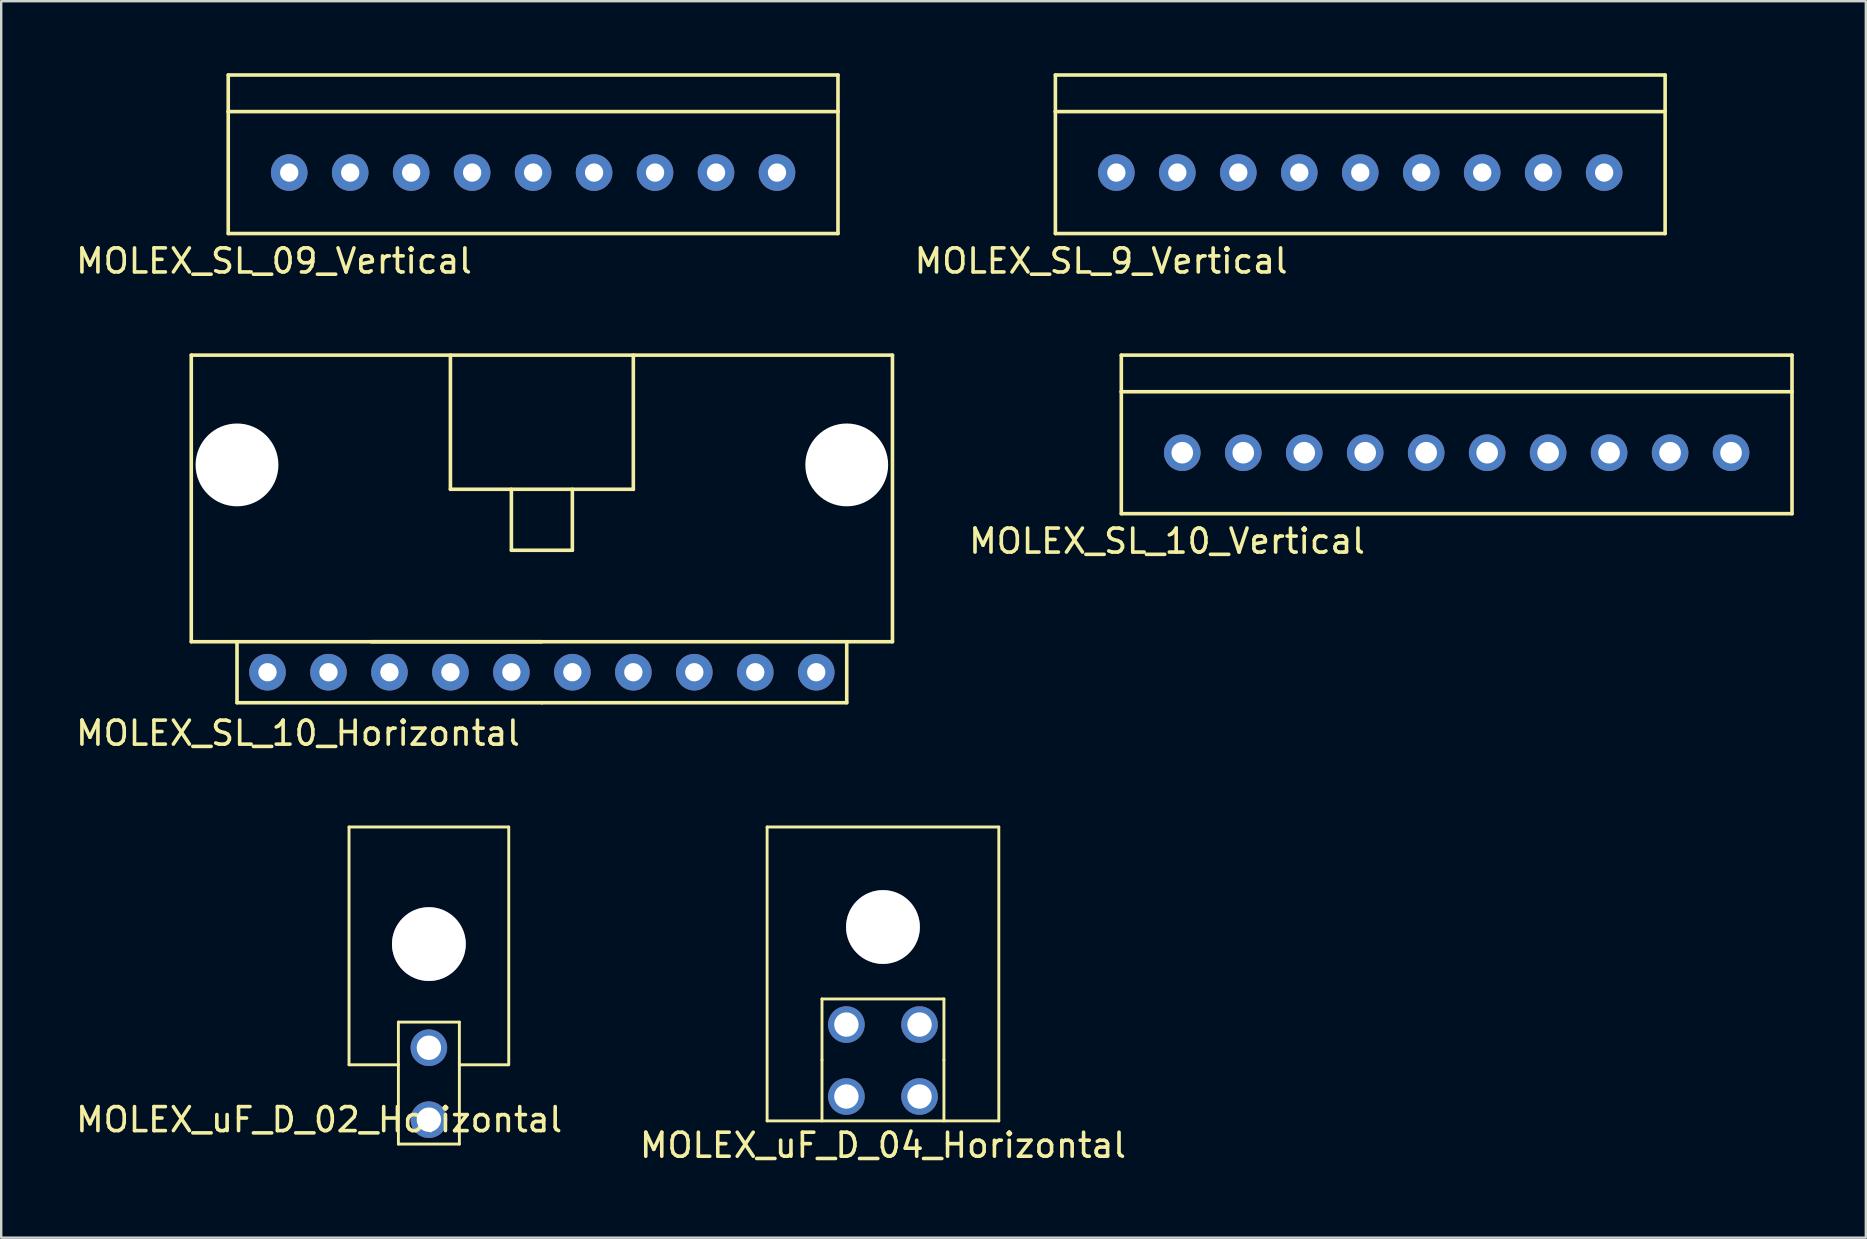
<source format=kicad_pcb>
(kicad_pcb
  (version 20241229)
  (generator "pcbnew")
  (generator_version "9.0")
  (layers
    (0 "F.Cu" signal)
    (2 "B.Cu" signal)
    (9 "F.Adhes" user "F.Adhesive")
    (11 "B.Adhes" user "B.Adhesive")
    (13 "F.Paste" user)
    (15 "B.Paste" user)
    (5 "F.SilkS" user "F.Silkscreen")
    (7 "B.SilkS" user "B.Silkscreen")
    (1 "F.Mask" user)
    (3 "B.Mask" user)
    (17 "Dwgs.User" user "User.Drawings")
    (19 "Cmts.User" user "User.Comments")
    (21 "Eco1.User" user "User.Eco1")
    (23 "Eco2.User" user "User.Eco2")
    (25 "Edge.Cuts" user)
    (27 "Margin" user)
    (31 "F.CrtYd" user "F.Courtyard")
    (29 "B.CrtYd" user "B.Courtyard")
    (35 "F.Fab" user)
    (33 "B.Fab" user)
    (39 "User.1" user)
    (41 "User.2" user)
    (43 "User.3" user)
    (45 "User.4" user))
  (footprint "MOLEX_SL_10_Horizontal"
    (layer "F.Cu")
    (at 19.523 24.953)
    (property "Reference" "MOLEX_SL_10_Horizontal" (at -10.16 2.54 0) (layer "F.SilkS") (effects (font (size 1 1) (thickness 0.15))))
    (attr through_hole)
    (fp_line (start -14.605 -13.208) (end 14.605 -13.208) (stroke (width 0.15) (type solid)) (layer "F.SilkS"))
    (fp_line (start -14.605 -1.27) (end -14.605 -13.208) (stroke (width 0.15) (type solid)) (layer "F.SilkS"))
    (fp_line (start -12.7 -1.27) (end -14.605 -1.27) (stroke (width 0.15) (type solid)) (layer "F.SilkS"))
    (fp_line (start -12.7 -1.27) (end 0 -1.27) (stroke (width 0.15) (type solid)) (layer "F.SilkS"))
    (fp_line (start -12.7 1.27) (end -12.7 -1.27) (stroke (width 0.15) (type solid)) (layer "F.SilkS"))
    (fp_line (start -3.81 -7.62) (end -3.81 -13.208) (stroke (width 0.15) (type solid)) (layer "F.SilkS"))
    (fp_line (start -3.81 -7.62) (end 3.81 -7.62) (stroke (width 0.15) (type solid)) (layer "F.SilkS"))
    (fp_line (start -1.27 -7.62) (end -1.27 -5.08) (stroke (width 0.15) (type solid)) (layer "F.SilkS"))
    (fp_line (start -1.27 -5.08) (end 1.27 -5.08) (stroke (width 0.15) (type solid)) (layer "F.SilkS"))
    (fp_line (start 0 1.27) (end -12.7 1.27) (stroke (width 0.15) (type solid)) (layer "F.SilkS"))
    (fp_line (start 0 1.27) (end 12.7 1.27) (stroke (width 0.15) (type solid)) (layer "F.SilkS"))
    (fp_line (start 1.27 -5.08) (end 1.27 -7.62) (stroke (width 0.15) (type solid)) (layer "F.SilkS"))
    (fp_line (start 3.81 -7.62) (end 3.81 -13.208) (stroke (width 0.15) (type solid)) (layer "F.SilkS"))
    (fp_line (start 12.7 -1.27) (end -7.112 -1.27) (stroke (width 0.15) (type solid)) (layer "F.SilkS"))
    (fp_line (start 12.7 -1.27) (end 12.7 1.27) (stroke (width 0.15) (type solid)) (layer "F.SilkS"))
    (fp_line (start 12.7 -1.27) (end 14.605 -1.27) (stroke (width 0.15) (type solid)) (layer "F.SilkS"))
    (fp_line (start 14.605 -1.27) (end 14.605 -13.208) (stroke (width 0.15) (type solid)) (layer "F.SilkS"))
    (pad "" np_thru_hole circle (at -12.7 -8.636) (size 3.45 3.45) (drill 3.45) (layers "*.Cu" "*.Mask"))
    (pad "" np_thru_hole circle (at 12.7 -8.636) (size 3.45 3.45) (drill 3.45) (layers "*.Cu" "*.Mask"))
    (pad "1" thru_hole circle (at -11.43 0) (size 1.524 1.524) (drill 0.762) (layers "*.Cu" "*.Mask"))
    (pad "2" thru_hole circle (at -8.89 0) (size 1.524 1.524) (drill 0.762) (layers "*.Cu" "*.Mask"))
    (pad "3" thru_hole circle (at -6.35 0) (size 1.524 1.524) (drill 0.762) (layers "*.Cu" "*.Mask"))
    (pad "4" thru_hole circle (at -3.81 0) (size 1.524 1.524) (drill 0.762) (layers "*.Cu" "*.Mask"))
    (pad "5" thru_hole circle (at -1.27 0) (size 1.524 1.524) (drill 0.762) (layers "*.Cu" "*.Mask"))
    (pad "6" thru_hole circle (at 1.27 0) (size 1.524 1.524) (drill 0.762) (layers "*.Cu" "*.Mask"))
    (pad "7" thru_hole circle (at 3.81 0) (size 1.524 1.524) (drill 0.762) (layers "*.Cu" "*.Mask"))
    (pad "8" thru_hole circle (at 6.35 0) (size 1.524 1.524) (drill 0.762) (layers "*.Cu" "*.Mask"))
    (pad "9" thru_hole circle (at 8.89 0) (size 1.524 1.524) (drill 0.762) (layers "*.Cu" "*.Mask"))
    (pad "10" thru_hole circle (at 11.43 0) (size 1.524 1.524) (drill 0.762) (layers "*.Cu" "*.Mask")))
  (footprint "MOLEX_uF_D_02_Horizontal"
    (layer "F.Cu")
    (at 14.816 43.593)
    (property "Reference" "MOLEX_uF_D_02_Horizontal" (at -4.572 0 0) (layer "F.SilkS") (effects (font (size 1 1) (thickness 0.15))))
    (attr through_hole)
    (fp_line (start -3.327 -12.192) (end -3.327 -2.286) (stroke (width 0.12) (type solid)) (layer "F.SilkS"))
    (fp_line (start -3.327 -12.192) (end 3.327 -12.192) (stroke (width 0.12) (type solid)) (layer "F.SilkS"))
    (fp_line (start -3.327 -2.286) (end -1.27 -2.286) (stroke (width 0.12) (type solid)) (layer "F.SilkS"))
    (fp_line (start -1.27 -4.064) (end 1.27 -4.064) (stroke (width 0.12) (type solid)) (layer "F.SilkS"))
    (fp_line (start -1.27 1.016) (end -1.27 -4.064) (stroke (width 0.12) (type solid)) (layer "F.SilkS"))
    (fp_line (start 1.27 -4.064) (end 1.27 1.016) (stroke (width 0.12) (type solid)) (layer "F.SilkS"))
    (fp_line (start 1.27 -2.286) (end 3.302 -2.286) (stroke (width 0.12) (type solid)) (layer "F.SilkS"))
    (fp_line (start 1.27 1.016) (end -1.27 1.016) (stroke (width 0.12) (type solid)) (layer "F.SilkS"))
    (fp_line (start 3.327 -2.286) (end 3.327 -12.192) (stroke (width 0.12) (type solid)) (layer "F.SilkS"))
    (pad "" thru_hole circle (at 0 -7.315) (size 3.073 3.073) (drill 3.073) (layers "*.Cu" "*.Mask"))
    (pad "1" thru_hole circle (at 0 -2.997) (size 1.524 1.524) (drill 1.016) (layers "*.Cu" "*.Mask"))
    (pad "2" thru_hole circle (at 0 0) (size 1.524 1.524) (drill 1.016) (layers "*.Cu" "*.Mask")))
  (footprint "MOLEX_SL_10_Vertical"
    (layer "F.Cu")
    (at 46.201 15.809)
    (property "Reference" "MOLEX_SL_10_Vertical" (at -0.635 3.683 0) (layer "F.SilkS") (effects (font (size 1 1) (thickness 0.15))))
    (attr through_hole)
    (fp_line (start -2.54 -4.064) (end -2.54 -2.54) (stroke (width 0.15) (type solid)) (layer "F.SilkS"))
    (fp_line (start -2.54 -2.54) (end 25.4 -2.54) (stroke (width 0.15) (type solid)) (layer "F.SilkS"))
    (fp_line (start -2.54 2.54) (end -2.54 -2.54) (stroke (width 0.15) (type solid)) (layer "F.SilkS"))
    (fp_line (start 25.4 -4.064) (end -2.54 -4.064) (stroke (width 0.15) (type solid)) (layer "F.SilkS"))
    (fp_line (start 25.4 -2.54) (end 25.4 -4.064) (stroke (width 0.15) (type solid)) (layer "F.SilkS"))
    (fp_line (start 25.4 2.54) (end -2.54 2.54) (stroke (width 0.15) (type solid)) (layer "F.SilkS"))
    (fp_line (start 25.4 2.54) (end 25.4 -2.54) (stroke (width 0.15) (type solid)) (layer "F.SilkS"))
    (pad "1" thru_hole circle (at 0 0) (size 1.524 1.524) (drill 0.9) (layers "*.Cu" "*.Mask"))
    (pad "2" thru_hole circle (at 2.54 0) (size 1.524 1.524) (drill 0.9) (layers "*.Cu" "*.Mask"))
    (pad "3" thru_hole circle (at 5.08 0) (size 1.524 1.524) (drill 0.9) (layers "*.Cu" "*.Mask"))
    (pad "4" thru_hole circle (at 7.62 0) (size 1.524 1.524) (drill 0.9) (layers "*.Cu" "*.Mask"))
    (pad "5" thru_hole circle (at 10.16 0) (size 1.524 1.524) (drill 0.9) (layers "*.Cu" "*.Mask"))
    (pad "6" thru_hole circle (at 12.7 0) (size 1.524 1.524) (drill 0.9) (layers "*.Cu" "*.Mask"))
    (pad "7" thru_hole circle (at 15.24 0) (size 1.524 1.524) (drill 0.9) (layers "*.Cu" "*.Mask"))
    (pad "8" thru_hole circle (at 17.78 0) (size 1.524 1.524) (drill 0.9) (layers "*.Cu" "*.Mask"))
    (pad "9" thru_hole circle (at 20.32 0) (size 1.524 1.524) (drill 0.9) (layers "*.Cu" "*.Mask"))
    (pad "10" thru_hole circle (at 22.86 0) (size 1.524 1.524) (drill 0.9) (layers "*.Cu" "*.Mask")))
  (footprint "MOLEX_uF_D_04_Horizontal"
    (layer "F.Cu")
    (at 33.732 42.882)
    (property "Reference" "MOLEX_uF_D_04_Horizontal" (at 0 1.778 0) (layer "F.SilkS") (effects (font (size 1 1) (thickness 0.15))))
    (attr through_hole)
    (fp_line (start -4.826 -11.481) (end -4.826 0.762) (stroke (width 0.12) (type solid)) (layer "F.SilkS"))
    (fp_line (start -4.826 -11.481) (end 4.826 -11.481) (stroke (width 0.12) (type solid)) (layer "F.SilkS"))
    (fp_line (start -2.54 -4.318) (end 2.54 -4.318) (stroke (width 0.12) (type solid)) (layer "F.SilkS"))
    (fp_line (start -2.54 -1.778) (end -2.54 -4.318) (stroke (width 0.12) (type solid)) (layer "F.SilkS"))
    (fp_line (start -2.54 0.762) (end -2.54 -1.778) (stroke (width 0.12) (type solid)) (layer "F.SilkS"))
    (fp_line (start 2.54 -4.318) (end 2.54 -1.778) (stroke (width 0.12) (type solid)) (layer "F.SilkS"))
    (fp_line (start 2.54 -1.778) (end 2.54 0.762) (stroke (width 0.12) (type solid)) (layer "F.SilkS"))
    (fp_line (start 4.826 0.762) (end -4.826 0.762) (stroke (width 0.12) (type solid)) (layer "F.SilkS"))
    (fp_line (start 4.826 0.762) (end 4.826 -11.481) (stroke (width 0.12) (type solid)) (layer "F.SilkS"))
    (pad "" thru_hole circle (at 0 -7.315) (size 3.073 3.073) (drill 3.073) (layers "*.Cu" "*.Mask"))
    (pad "1" thru_hole circle (at -1.524 -3.251 90) (size 1.524 1.524) (drill 1.016) (layers "*.Cu" "*.Mask"))
    (pad "2" thru_hole circle (at 1.524 -3.251 90) (size 1.524 1.524) (drill 1.016) (layers "*.Cu" "*.Mask"))
    (pad "3" thru_hole circle (at -1.524 -0.254 90) (size 1.524 1.524) (drill 1.016) (layers "*.Cu" "*.Mask"))
    (pad "4" thru_hole circle (at 1.524 -0.254 90) (size 1.524 1.524) (drill 1.016) (layers "*.Cu" "*.Mask")))
  (footprint "MOLEX_SL_09_Vertical"
    (layer "F.Cu")
    (at 12.808 4.139)
    (property "Reference" "MOLEX_SL_09_Vertical" (at -4.445 3.683 0) (layer "F.SilkS") (effects (font (size 1 1) (thickness 0.15))))
    (attr through_hole)
    (fp_line (start -6.35 -4.064) (end -6.35 -2.54) (stroke (width 0.15) (type solid)) (layer "F.SilkS"))
    (fp_line (start -6.35 -2.54) (end 19.05 -2.54) (stroke (width 0.15) (type solid)) (layer "F.SilkS"))
    (fp_line (start -6.35 2.54) (end -6.35 -2.54) (stroke (width 0.15) (type solid)) (layer "F.SilkS"))
    (fp_line (start 19.05 -4.064) (end -6.35 -4.064) (stroke (width 0.15) (type solid)) (layer "F.SilkS"))
    (fp_line (start 19.05 -2.54) (end 19.05 -4.064) (stroke (width 0.15) (type solid)) (layer "F.SilkS"))
    (fp_line (start 19.05 2.54) (end -6.35 2.54) (stroke (width 0.15) (type solid)) (layer "F.SilkS"))
    (fp_line (start 19.05 2.54) (end 19.05 -2.54) (stroke (width 0.15) (type solid)) (layer "F.SilkS"))
    (pad "1" thru_hole circle (at -3.81 0) (size 1.524 1.524) (drill 0.762) (layers "*.Cu" "*.Mask"))
    (pad "2" thru_hole circle (at -1.27 0) (size 1.524 1.524) (drill 0.762) (layers "*.Cu" "*.Mask"))
    (pad "3" thru_hole circle (at 1.27 0) (size 1.524 1.524) (drill 0.762) (layers "*.Cu" "*.Mask"))
    (pad "4" thru_hole circle (at 3.81 0) (size 1.524 1.524) (drill 0.762) (layers "*.Cu" "*.Mask"))
    (pad "5" thru_hole circle (at 6.35 0) (size 1.524 1.524) (drill 0.762) (layers "*.Cu" "*.Mask"))
    (pad "6" thru_hole circle (at 8.89 0) (size 1.524 1.524) (drill 0.762) (layers "*.Cu" "*.Mask"))
    (pad "7" thru_hole circle (at 11.43 0) (size 1.524 1.524) (drill 0.762) (layers "*.Cu" "*.Mask"))
    (pad "8" thru_hole circle (at 13.97 0) (size 1.524 1.524) (drill 0.762) (layers "*.Cu" "*.Mask"))
    (pad "9" thru_hole circle (at 16.51 0) (size 1.524 1.524) (drill 0.762) (layers "*.Cu" "*.Mask")))
  (footprint "MOLEX_SL_9_Vertical"
    (layer "F.Cu")
    (at 47.265 4.139)
    (property "Reference" "MOLEX_SL_9_Vertical" (at -4.445 3.683 0) (layer "F.SilkS") (effects (font (size 1 1) (thickness 0.15))))
    (attr through_hole)
    (fp_line (start -6.35 -4.064) (end -6.35 -2.54) (stroke (width 0.15) (type solid)) (layer "F.SilkS"))
    (fp_line (start -6.35 -2.54) (end 19.05 -2.54) (stroke (width 0.15) (type solid)) (layer "F.SilkS"))
    (fp_line (start -6.35 2.54) (end -6.35 -2.54) (stroke (width 0.15) (type solid)) (layer "F.SilkS"))
    (fp_line (start 19.05 -4.064) (end -6.35 -4.064) (stroke (width 0.15) (type solid)) (layer "F.SilkS"))
    (fp_line (start 19.05 -2.54) (end 19.05 -4.064) (stroke (width 0.15) (type solid)) (layer "F.SilkS"))
    (fp_line (start 19.05 2.54) (end -6.35 2.54) (stroke (width 0.15) (type solid)) (layer "F.SilkS"))
    (fp_line (start 19.05 2.54) (end 19.05 -2.54) (stroke (width 0.15) (type solid)) (layer "F.SilkS"))
    (pad "1" thru_hole circle (at -3.81 0) (size 1.524 1.524) (drill 0.762) (layers "*.Cu" "*.Mask"))
    (pad "2" thru_hole circle (at -1.27 0) (size 1.524 1.524) (drill 0.762) (layers "*.Cu" "*.Mask"))
    (pad "3" thru_hole circle (at 1.27 0) (size 1.524 1.524) (drill 0.762) (layers "*.Cu" "*.Mask"))
    (pad "4" thru_hole circle (at 3.81 0) (size 1.524 1.524) (drill 0.762) (layers "*.Cu" "*.Mask"))
    (pad "5" thru_hole circle (at 6.35 0) (size 1.524 1.524) (drill 0.762) (layers "*.Cu" "*.Mask"))
    (pad "6" thru_hole circle (at 8.89 0) (size 1.524 1.524) (drill 0.762) (layers "*.Cu" "*.Mask"))
    (pad "7" thru_hole circle (at 11.43 0) (size 1.524 1.524) (drill 0.762) (layers "*.Cu" "*.Mask"))
    (pad "8" thru_hole circle (at 13.97 0) (size 1.524 1.524) (drill 0.762) (layers "*.Cu" "*.Mask"))
    (pad "9" thru_hole circle (at 16.51 0) (size 1.524 1.524) (drill 0.762) (layers "*.Cu" "*.Mask")))
  (gr_rect
    (start -3 -3)
    (end 74.676 48.509)
    (stroke (width 0.1) (type default))
    (fill no)
    (layer "Edge.Cuts")))
</source>
